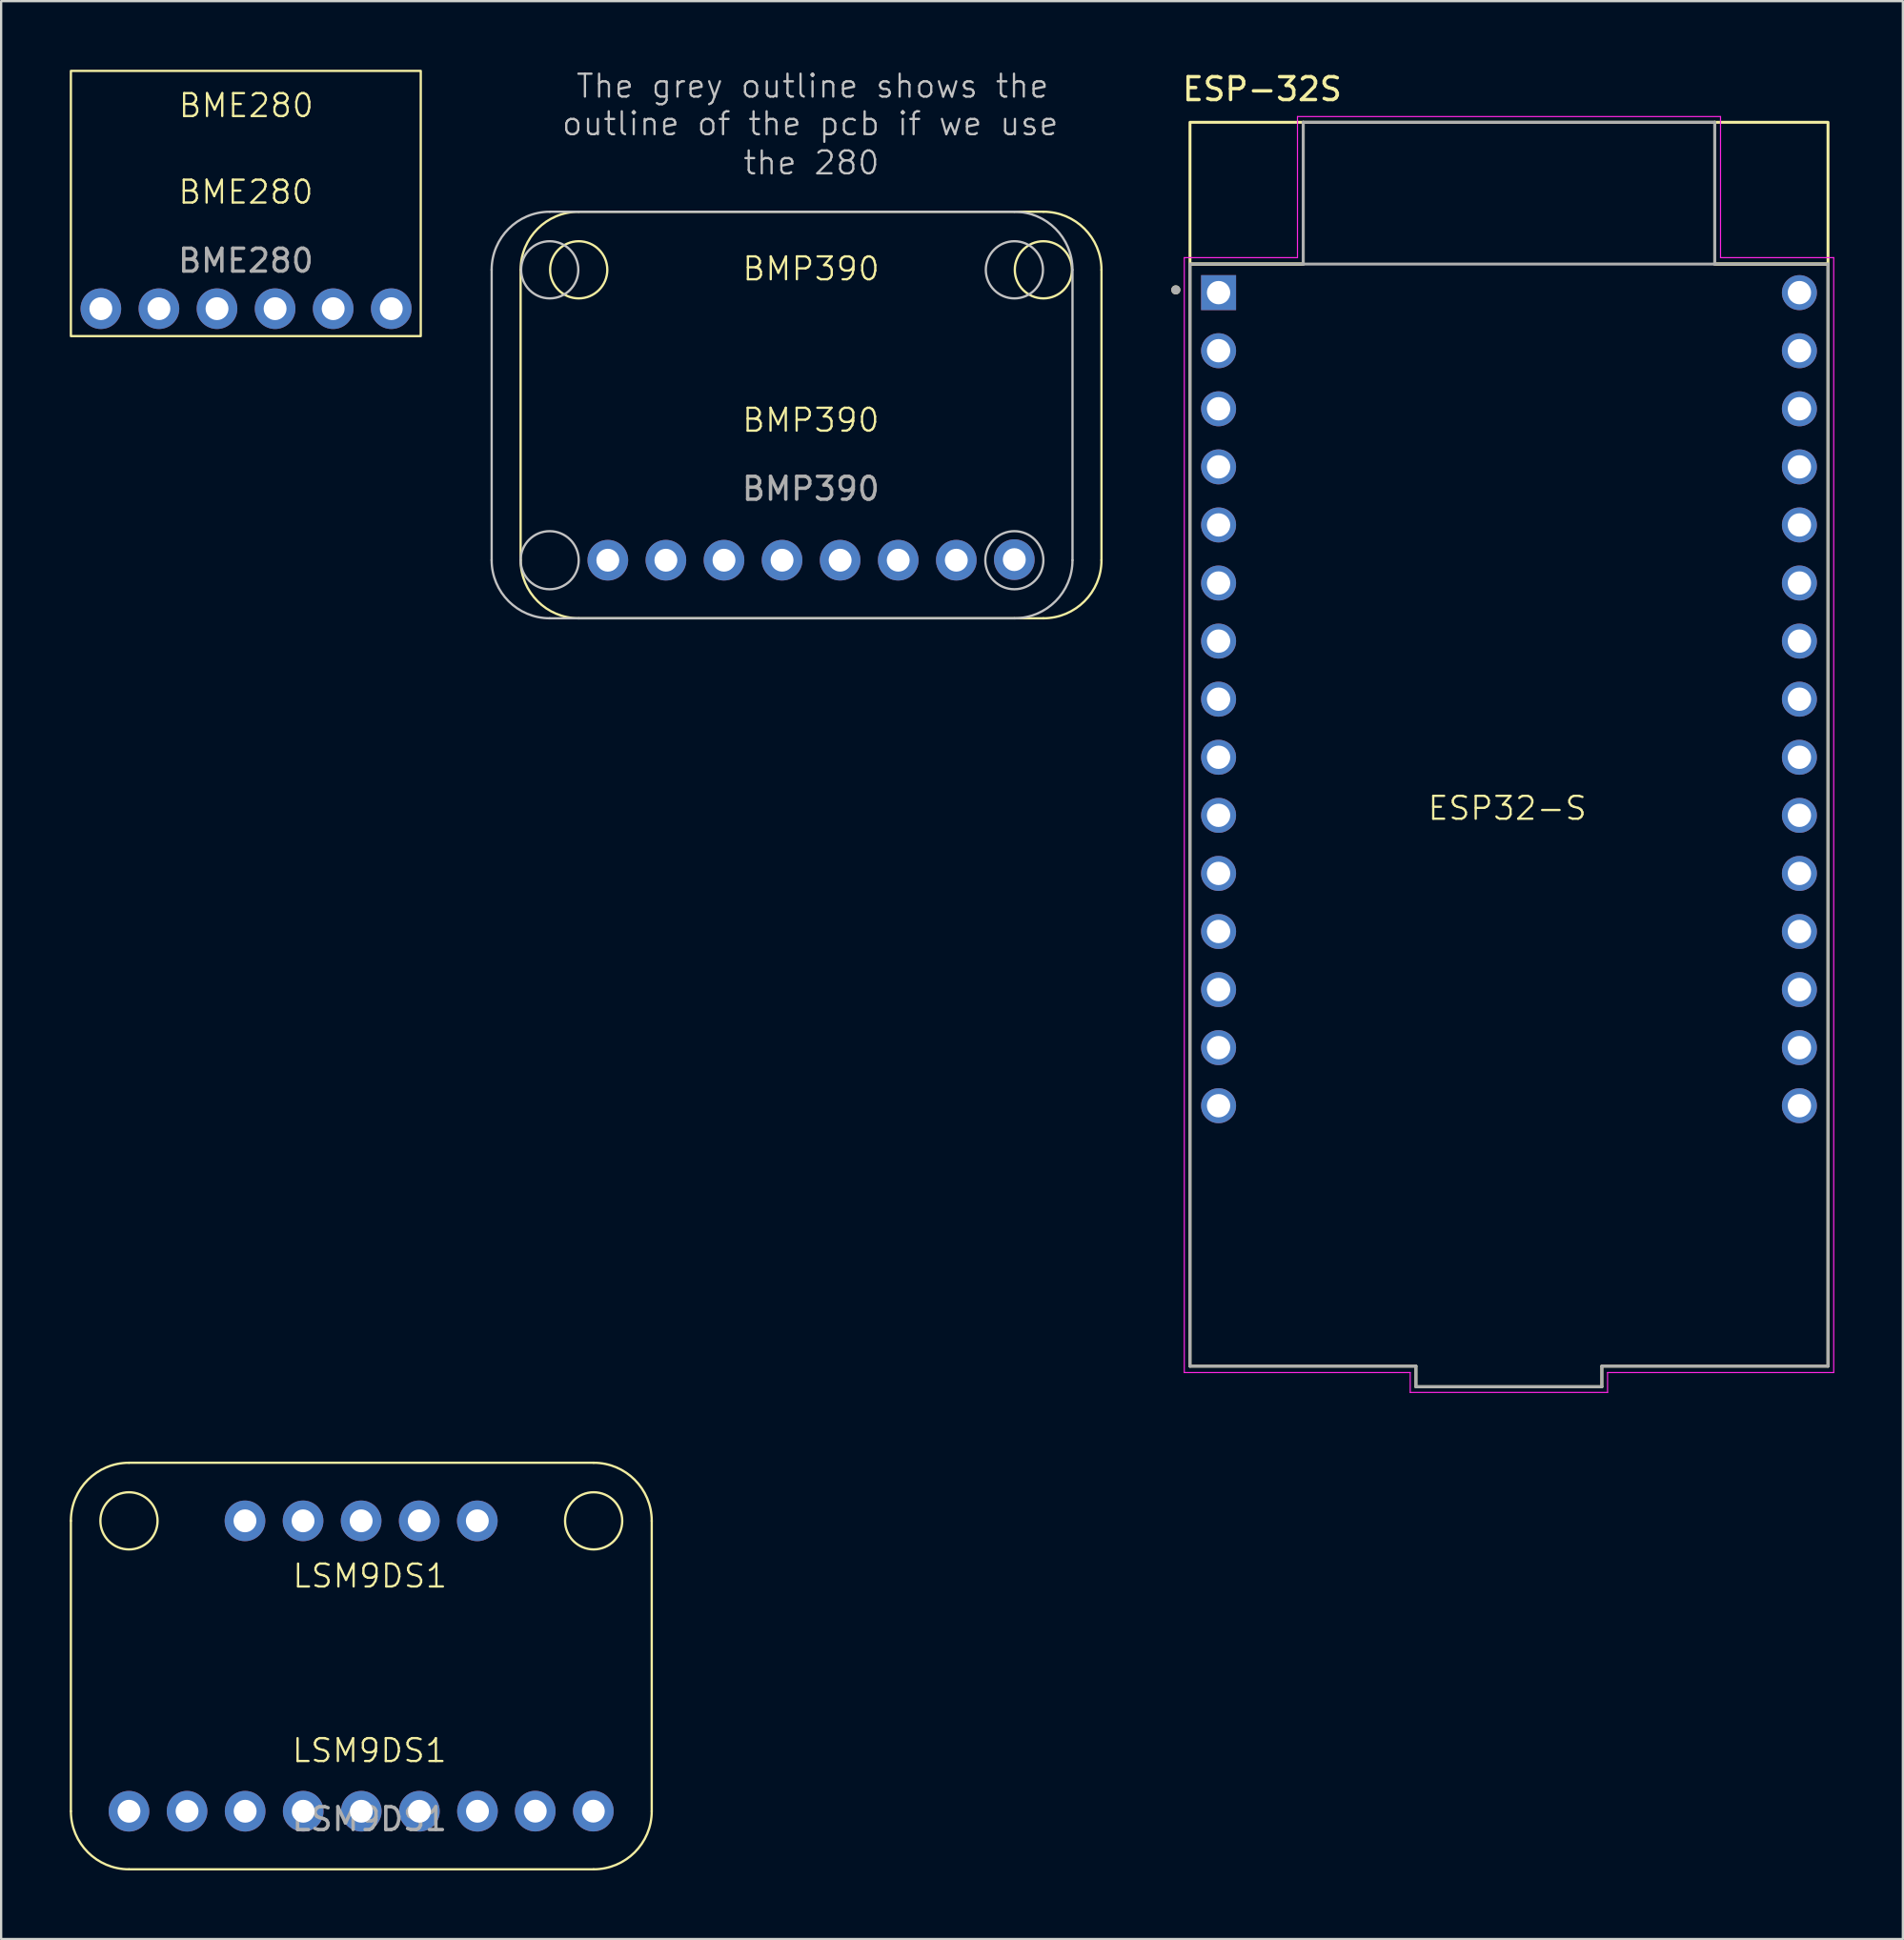
<source format=kicad_pcb>
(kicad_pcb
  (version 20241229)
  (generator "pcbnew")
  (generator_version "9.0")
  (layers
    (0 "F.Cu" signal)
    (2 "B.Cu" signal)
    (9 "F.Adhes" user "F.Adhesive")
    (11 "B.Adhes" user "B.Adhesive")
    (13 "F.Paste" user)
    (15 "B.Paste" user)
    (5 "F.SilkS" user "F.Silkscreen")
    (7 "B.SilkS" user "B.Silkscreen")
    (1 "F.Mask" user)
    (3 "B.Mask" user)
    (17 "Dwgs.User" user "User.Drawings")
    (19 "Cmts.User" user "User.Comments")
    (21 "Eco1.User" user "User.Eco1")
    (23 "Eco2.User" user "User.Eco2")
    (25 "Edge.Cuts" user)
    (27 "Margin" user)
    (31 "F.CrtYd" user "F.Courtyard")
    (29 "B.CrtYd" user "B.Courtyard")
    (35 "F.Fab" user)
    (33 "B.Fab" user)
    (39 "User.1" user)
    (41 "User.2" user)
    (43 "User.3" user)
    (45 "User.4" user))
  (footprint "ESP-32S"
    (layer "F.Cu")
    (at 62.938 32.598)
    (property "Reference" "ESP-32S" (at -10.795 -31.75 0) (layer "F.SilkS") (effects (font (size 1 1) (thickness 0.15))))
    (attr through_hole)
    (fp_line (start -13.95 -24.1) (end -13.95 24.1) (stroke (width 0.127) (type solid)) (layer "F.SilkS"))
    (fp_line (start -13.95 24.1) (end -4.07 24.1) (stroke (width 0.127) (type solid)) (layer "F.SilkS"))
    (fp_line (start -9 -30.3) (end 9 -30.3) (stroke (width 0.127) (type solid)) (layer "F.SilkS"))
    (fp_line (start -9 -24.1) (end -13.95 -24.1) (stroke (width 0.127) (type solid)) (layer "F.SilkS"))
    (fp_line (start -9 -24.1) (end -9 -30.3) (stroke (width 0.127) (type solid)) (layer "F.SilkS"))
    (fp_line (start -4.07 24.1) (end -4.07 25) (stroke (width 0.127) (type solid)) (layer "F.SilkS"))
    (fp_line (start -4.07 25) (end 4.06 25) (stroke (width 0.127) (type solid)) (layer "F.SilkS"))
    (fp_line (start 4.06 24.1) (end 13.95 24.1) (stroke (width 0.127) (type solid)) (layer "F.SilkS"))
    (fp_line (start 4.06 25) (end 4.06 24.1) (stroke (width 0.127) (type solid)) (layer "F.SilkS"))
    (fp_line (start 9 -30.3) (end 9 -24.1) (stroke (width 0.127) (type solid)) (layer "F.SilkS"))
    (fp_line (start 13.95 -24.1) (end 9 -24.1) (stroke (width 0.127) (type solid)) (layer "F.SilkS"))
    (fp_line (start 13.95 24.1) (end 13.95 -24.1) (stroke (width 0.127) (type solid)) (layer "F.SilkS"))
    (fp_rect (start -13.95 -30.3) (end -9 -24.1) (stroke (width 0.127) (type solid)) (fill no) (layer "F.SilkS"))
    (fp_rect (start 9 -30.3) (end 13.95 -24.1) (stroke (width 0.127) (type solid)) (fill no) (layer "F.SilkS"))
    (fp_circle (center -14.57 -22.97) (end -14.47 -22.97) (stroke (width 0.2) (type solid)) (fill no) (layer "F.SilkS"))
    (fp_line (start -14.2 -24.38) (end -14.2 24.38) (stroke (width 0.05) (type solid)) (layer "F.CrtYd"))
    (fp_line (start -14.2 24.38) (end -4.32 24.38) (stroke (width 0.05) (type solid)) (layer "F.CrtYd"))
    (fp_line (start -9.25 -30.55) (end 9.25 -30.55) (stroke (width 0.05) (type solid)) (layer "F.CrtYd"))
    (fp_line (start -9.25 -24.38) (end -14.2 -24.38) (stroke (width 0.05) (type solid)) (layer "F.CrtYd"))
    (fp_line (start -9.25 -24.38) (end -9.25 -30.55) (stroke (width 0.05) (type solid)) (layer "F.CrtYd"))
    (fp_line (start -4.32 24.38) (end -4.32 25.25) (stroke (width 0.05) (type solid)) (layer "F.CrtYd"))
    (fp_line (start -4.32 25.25) (end 4.31 25.25) (stroke (width 0.05) (type solid)) (layer "F.CrtYd"))
    (fp_line (start 4.31 24.38) (end 14.2 24.38) (stroke (width 0.05) (type solid)) (layer "F.CrtYd"))
    (fp_line (start 4.31 25.25) (end 4.31 24.38) (stroke (width 0.05) (type solid)) (layer "F.CrtYd"))
    (fp_line (start 9.25 -30.55) (end 9.25 -24.38) (stroke (width 0.05) (type solid)) (layer "F.CrtYd"))
    (fp_line (start 14.2 -24.38) (end 9.25 -24.38) (stroke (width 0.05) (type solid)) (layer "F.CrtYd"))
    (fp_line (start 14.2 24.38) (end 14.2 -24.38) (stroke (width 0.05) (type solid)) (layer "F.CrtYd"))
    (fp_line (start -13.95 -24.1) (end -13.95 24.1) (stroke (width 0.127) (type solid)) (layer "F.Fab"))
    (fp_line (start -13.95 24.1) (end -4.07 24.1) (stroke (width 0.127) (type solid)) (layer "F.Fab"))
    (fp_line (start -9 -30.3) (end 9 -30.3) (stroke (width 0.127) (type solid)) (layer "F.Fab"))
    (fp_line (start -9 -24.1) (end -13.95 -24.1) (stroke (width 0.127) (type solid)) (layer "F.Fab"))
    (fp_line (start -9 -24.1) (end -9 -30.3) (stroke (width 0.127) (type solid)) (layer "F.Fab"))
    (fp_line (start -4.07 24.1) (end -4.07 25) (stroke (width 0.127) (type solid)) (layer "F.Fab"))
    (fp_line (start -4.07 25) (end 4.06 25) (stroke (width 0.127) (type solid)) (layer "F.Fab"))
    (fp_line (start 4.06 24.1) (end 13.95 24.1) (stroke (width 0.127) (type solid)) (layer "F.Fab"))
    (fp_line (start 4.06 25) (end 4.06 24.1) (stroke (width 0.127) (type solid)) (layer "F.Fab"))
    (fp_line (start 9 -30.3) (end 9 -24.1) (stroke (width 0.127) (type solid)) (layer "F.Fab"))
    (fp_line (start 9 -24.1) (end -9 -24.1) (stroke (width 0.127) (type solid)) (layer "F.Fab"))
    (fp_line (start 13.95 -24.1) (end 9 -24.1) (stroke (width 0.127) (type solid)) (layer "F.Fab"))
    (fp_line (start 13.95 24.1) (end 13.95 -24.1) (stroke (width 0.127) (type solid)) (layer "F.Fab"))
    (fp_circle (center -14.57 -22.97) (end -14.47 -22.97) (stroke (width 0.2) (type solid)) (fill no) (layer "F.Fab"))
    (fp_text user "ESP32-S" (at -0.075 -0.3 0) (unlocked yes) (layer "F.SilkS") (effects (font (size 1 1) (thickness 0.1))))
    (pad "1" thru_hole rect (at -12.7 -22.85) (size 1.53 1.53) (drill 1.02) (layers "*.Cu"))
    (pad "2" thru_hole circle (at -12.7 -20.31) (size 1.53 1.53) (drill 1.02) (layers "*.Cu"))
    (pad "3" thru_hole circle (at -12.7 -17.77) (size 1.53 1.53) (drill 1.02) (layers "*.Cu"))
    (pad "4" thru_hole circle (at -12.7 -15.23) (size 1.53 1.53) (drill 1.02) (layers "*.Cu"))
    (pad "5" thru_hole circle (at -12.7 -12.69) (size 1.53 1.53) (drill 1.02) (layers "*.Cu"))
    (pad "6" thru_hole circle (at -12.7 -10.15) (size 1.53 1.53) (drill 1.02) (layers "*.Cu"))
    (pad "7" thru_hole circle (at -12.7 -7.61) (size 1.53 1.53) (drill 1.02) (layers "*.Cu"))
    (pad "8" thru_hole circle (at -12.7 -5.07) (size 1.53 1.53) (drill 1.02) (layers "*.Cu"))
    (pad "9" thru_hole circle (at -12.7 -2.53) (size 1.53 1.53) (drill 1.02) (layers "*.Cu"))
    (pad "10" thru_hole circle (at -12.7 0.01) (size 1.53 1.53) (drill 1.02) (layers "*.Cu"))
    (pad "11" thru_hole circle (at -12.7 2.55) (size 1.53 1.53) (drill 1.02) (layers "*.Cu"))
    (pad "12" thru_hole circle (at -12.7 5.09) (size 1.53 1.53) (drill 1.02) (layers "*.Cu"))
    (pad "13" thru_hole circle (at -12.7 7.63) (size 1.53 1.53) (drill 1.02) (layers "*.Cu"))
    (pad "14" thru_hole circle (at -12.7 10.17) (size 1.53 1.53) (drill 1.02) (layers "*.Cu"))
    (pad "15" thru_hole circle (at -12.7 12.71) (size 1.53 1.53) (drill 1.02) (layers "*.Cu"))
    (pad "16" thru_hole circle (at 12.7 12.71) (size 1.53 1.53) (drill 1.02) (layers "*.Cu"))
    (pad "17" thru_hole circle (at 12.7 10.17) (size 1.53 1.53) (drill 1.02) (layers "*.Cu"))
    (pad "18" thru_hole circle (at 12.7 7.63) (size 1.53 1.53) (drill 1.02) (layers "*.Cu"))
    (pad "19" thru_hole circle (at 12.7 5.09) (size 1.53 1.53) (drill 1.02) (layers "*.Cu"))
    (pad "20" thru_hole circle (at 12.7 2.55) (size 1.53 1.53) (drill 1.02) (layers "*.Cu"))
    (pad "21" thru_hole circle (at 12.7 0.01) (size 1.53 1.53) (drill 1.02) (layers "*.Cu"))
    (pad "22" thru_hole circle (at 12.7 -2.53) (size 1.53 1.53) (drill 1.02) (layers "*.Cu"))
    (pad "23" thru_hole circle (at 12.7 -5.07) (size 1.53 1.53) (drill 1.02) (layers "*.Cu"))
    (pad "24" thru_hole circle (at 12.7 -7.61) (size 1.53 1.53) (drill 1.02) (layers "*.Cu"))
    (pad "25" thru_hole circle (at 12.7 -10.15) (size 1.53 1.53) (drill 1.02) (layers "*.Cu"))
    (pad "26" thru_hole circle (at 12.7 -12.69) (size 1.53 1.53) (drill 1.02) (layers "*.Cu"))
    (pad "27" thru_hole circle (at 12.7 -15.23) (size 1.53 1.53) (drill 1.02) (layers "*.Cu"))
    (pad "28" thru_hole circle (at 12.7 -17.77) (size 1.53 1.53) (drill 1.02) (layers "*.Cu"))
    (pad "29" thru_hole circle (at 12.7 -20.31) (size 1.53 1.53) (drill 1.02) (layers "*.Cu"))
    (pad "30" thru_hole circle (at 12.7 -22.85) (size 1.53 1.53) (drill 1.02) (layers "*.Cu")))
  (footprint "BME280"
    (layer "F.Cu")
    (at 7.7 5.85)
    (property "Reference" "BME280" (at 0 -0.5 0) (unlocked yes) (layer "F.SilkS") (effects (font (size 1 1) (thickness 0.1))))
    (attr smd)
    (fp_rect (start -7.65 -5.8) (end 7.65 5.8) (stroke (width 0.1) (type solid)) (fill no) (layer "F.SilkS"))
    (fp_text user "BME280" (at -3.002 -3.7 0) (unlocked yes) (layer "F.SilkS") (effects (font (size 1 1) (thickness 0.1)) (justify left bottom)))
    (fp_text user "${REFERENCE}" (at 0 2.5 0) (unlocked yes) (layer "F.Fab") (effects (font (size 1 1) (thickness 0.15))))
    (pad "1" thru_hole circle (at -6.34 4.6) (size 1.778 1.778) (drill 1) (layers "*.Cu" "*.Mask"))
    (pad "2" thru_hole circle (at -3.8 4.6) (size 1.778 1.778) (drill 1) (layers "*.Cu" "*.Mask"))
    (pad "3" thru_hole circle (at -1.26 4.6) (size 1.778 1.778) (drill 1) (layers "*.Cu" "*.Mask"))
    (pad "4" thru_hole circle (at 1.28 4.6) (size 1.778 1.778) (drill 1) (layers "*.Cu" "*.Mask"))
    (pad "5" thru_hole circle (at 3.82 4.6) (size 1.778 1.778) (drill 1) (layers "*.Cu" "*.Mask"))
    (pad "6" thru_hole circle (at 6.36 4.6) (size 1.778 1.778) (drill 1) (layers "*.Cu" "*.Mask")))
  (footprint "BMP390"
    (layer "F.Cu")
    (at 32.407 15.825)
    (property "Reference" "BMP390" (at 0 -0.5 0) (unlocked yes) (layer "F.SilkS") (effects (font (size 1 1) (thickness 0.1))))
    (attr smd)
    (fp_line (start -12.69 -7.075) (end -12.69 5.625) (stroke (width 0.1) (type solid)) (layer "F.SilkS"))
    (fp_line (start 10.17 -9.615) (end -10.15 -9.615) (stroke (width 0.1) (type solid)) (layer "F.SilkS"))
    (fp_line (start 10.17 8.165) (end -10.15 8.165) (stroke (width 0.1) (type solid)) (layer "F.SilkS"))
    (fp_line (start 12.71 5.625) (end 12.71 -7.075) (stroke (width 0.1) (type solid)) (layer "F.SilkS"))
    (fp_arc (start -12.69 -7.075) (mid -11.946051 -8.871051) (end -10.15 -9.615) (stroke (width 0.1) (type default)) (layer "F.SilkS"))
    (fp_arc (start -10.15 8.165) (mid -11.946051 7.421051) (end -12.69 5.625) (stroke (width 0.1) (type default)) (layer "F.SilkS"))
    (fp_arc (start 10.17 -9.615) (mid 11.966051 -8.871051) (end 12.71 -7.075) (stroke (width 0.1) (type solid)) (layer "F.SilkS"))
    (fp_arc (start 12.71 5.625) (mid 11.966051 7.421051) (end 10.17 8.165) (stroke (width 0.1) (type solid)) (layer "F.SilkS"))
    (fp_circle (center -10.15 -7.075) (end -8.9 -7.075) (stroke (width 0.1) (type solid)) (fill no) (layer "F.SilkS"))
    (fp_circle (center 10.17 -7.075) (end 11.42 -7.075) (stroke (width 0.1) (type solid)) (fill no) (layer "F.SilkS"))
    (fp_line (start -13.957 -7.075) (end -13.957 5.625) (stroke (width 0.1) (type solid)) (layer "Dwgs.User"))
    (fp_line (start 8.902 -9.615) (end -11.418 -9.615) (stroke (width 0.1) (type solid)) (layer "Dwgs.User"))
    (fp_line (start 8.902 8.165) (end -11.418 8.165) (stroke (width 0.1) (type solid)) (layer "Dwgs.User"))
    (fp_line (start 11.443 5.625) (end 11.443 -7.075) (stroke (width 0.1) (type solid)) (layer "Dwgs.User"))
    (fp_arc (start -13.9575 -7.075) (mid -13.213551 -8.871051) (end -11.4175 -9.615) (stroke (width 0.1) (type solid)) (layer "Dwgs.User"))
    (fp_arc (start -11.4175 8.165) (mid -13.213551 7.421051) (end -13.9575 5.625) (stroke (width 0.1) (type solid)) (layer "Dwgs.User"))
    (fp_arc (start 8.9025 -9.615) (mid 10.698551 -8.871051) (end 11.4425 -7.075) (stroke (width 0.1) (type solid)) (layer "Dwgs.User"))
    (fp_arc (start 11.4425 5.625) (mid 10.698551 7.421051) (end 8.9025 8.165) (stroke (width 0.1) (type solid)) (layer "Dwgs.User"))
    (fp_circle (center -11.42 5.625) (end -10.15 5.625) (stroke (width 0.1) (type solid)) (fill no) (layer "Dwgs.User"))
    (fp_circle (center -11.418 -7.075) (end -10.168 -7.075) (stroke (width 0.1) (type solid)) (fill no) (layer "Dwgs.User"))
    (fp_circle (center 8.9 5.625) (end 10.17 5.625) (stroke (width 0.1) (type solid)) (fill no) (layer "Dwgs.User"))
    (fp_circle (center 8.902 -7.075) (end 10.152 -7.075) (stroke (width 0.1) (type solid)) (fill no) (layer "Dwgs.User"))
    (fp_text user "BMP390" (at 0.01 -6.535 0) (unlocked yes) (layer "F.SilkS") (effects (font (size 1 1) (thickness 0.1)) (justify bottom)))
    (fp_text user "The grey outline shows the" (at 0.075 -14.525 0) (unlocked yes) (layer "Dwgs.User") (effects (font (size 1 1) (thickness 0.1)) (justify bottom)))
    (fp_text user "outline of the pcb if we use" (at -0.028 -12.88 0) (unlocked yes) (layer "Dwgs.User") (effects (font (size 1 1) (thickness 0.1)) (justify bottom)))
    (fp_text user "the 280" (at 0.022 -11.168 0) (unlocked yes) (layer "Dwgs.User") (effects (font (size 1 1) (thickness 0.1)) (justify bottom)))
    (fp_text user "${REFERENCE}" (at 0 2.5 0) (unlocked yes) (layer "F.Fab") (effects (font (size 1 1) (thickness 0.15))))
    (pad "1" thru_hole circle (at -8.877 5.625) (size 1.778 1.778) (drill 1) (layers "*.Cu" "*.Mask"))
    (pad "2" thru_hole circle (at -6.338 5.625) (size 1.778 1.778) (drill 1) (layers "*.Cu" "*.Mask"))
    (pad "3" thru_hole circle (at -3.797 5.625) (size 1.778 1.778) (drill 1) (layers "*.Cu" "*.Mask"))
    (pad "4" thru_hole circle (at -1.258 5.625) (size 1.778 1.778) (drill 1) (layers "*.Cu" "*.Mask"))
    (pad "5" thru_hole circle (at 1.282 5.625) (size 1.778 1.778) (drill 1) (layers "*.Cu" "*.Mask"))
    (pad "6" thru_hole circle (at 3.822 5.625) (size 1.778 1.778) (drill 1) (layers "*.Cu" "*.Mask"))
    (pad "7" thru_hole circle (at 6.362 5.625) (size 1.778 1.778) (drill 1) (layers "*.Cu" "*.Mask"))
    (pad "8" thru_hole circle (at 8.898 5.6) (size 1.778 1.778) (drill 1) (layers "*.Cu" "*.Mask")))
  (footprint "LSM9DS1"
    (layer "F.Cu")
    (at 13.106 74.009)
    (property "Reference" "LSM9DS1" (at 0 -0.5 0) (unlocked yes) (layer "F.SilkS") (effects (font (size 1 1) (thickness 0.1))))
    (attr smd)
    (fp_line (start -13.056 -10.546) (end -13.056 2.154) (stroke (width 0.1) (type solid)) (layer "F.SilkS"))
    (fp_line (start 9.804 -13.086) (end -10.516 -13.086) (stroke (width 0.1) (type solid)) (layer "F.SilkS"))
    (fp_line (start 9.804 4.694) (end -10.516 4.694) (stroke (width 0.1) (type solid)) (layer "F.SilkS"))
    (fp_line (start 12.344 2.154) (end 12.344 -10.546) (stroke (width 0.1) (type solid)) (layer "F.SilkS"))
    (fp_arc (start -13.056051 -10.546051) (mid -12.312102 -12.342102) (end -10.516051 -13.086051) (stroke (width 0.1) (type default)) (layer "F.SilkS"))
    (fp_arc (start -10.516051 4.693949) (mid -12.312102 3.95) (end -13.056051 2.153949) (stroke (width 0.1) (type default)) (layer "F.SilkS"))
    (fp_arc (start 9.803949 -13.086051) (mid 11.600001 -12.342103) (end 12.343949 -10.546051) (stroke (width 0.1) (type solid)) (layer "F.SilkS"))
    (fp_arc (start 12.343949 2.153949) (mid 11.600001 3.950001) (end 9.803949 4.693949) (stroke (width 0.1) (type solid)) (layer "F.SilkS"))
    (fp_circle (center -10.516 -10.546) (end -9.266 -10.546) (stroke (width 0.1) (type solid)) (fill no) (layer "F.SilkS"))
    (fp_circle (center 9.804 -10.546) (end 11.054 -10.546) (stroke (width 0.1) (type solid)) (fill no) (layer "F.SilkS"))
    (fp_text user "LSM9DS1" (at -3.425 -7.55 0) (unlocked yes) (layer "F.SilkS") (effects (font (size 1 1) (thickness 0.1)) (justify left bottom)))
    (fp_text user "${REFERENCE}" (at 0 2.5 0) (unlocked yes) (layer "F.Fab") (effects (font (size 1 1) (thickness 0.15))))
    (pad "1" thru_hole circle (at -10.516 2.154) (size 1.778 1.778) (drill 1) (layers "*.Cu" "*.Mask"))
    (pad "2" thru_hole circle (at -7.976 2.154) (size 1.778 1.778) (drill 1) (layers "*.Cu" "*.Mask"))
    (pad "3" thru_hole circle (at -5.436 2.154) (size 1.778 1.778) (drill 1) (layers "*.Cu" "*.Mask"))
    (pad "4" thru_hole circle (at -2.896 2.154) (size 1.778 1.778) (drill 1) (layers "*.Cu" "*.Mask"))
    (pad "5" thru_hole circle (at -0.356 2.154) (size 1.778 1.778) (drill 1) (layers "*.Cu" "*.Mask"))
    (pad "6" thru_hole circle (at 2.184 2.154) (size 1.778 1.778) (drill 1) (layers "*.Cu" "*.Mask"))
    (pad "7" thru_hole circle (at 4.724 2.154) (size 1.778 1.778) (drill 1) (layers "*.Cu" "*.Mask"))
    (pad "8" thru_hole circle (at 7.25 2.15) (size 1.778 1.778) (drill 1) (layers "*.Cu" "*.Mask"))
    (pad "9" thru_hole circle (at 9.79 2.15) (size 1.778 1.778) (drill 1) (layers "*.Cu" "*.Mask"))
    (pad "10" thru_hole circle (at -5.443 -10.546) (size 1.778 1.778) (drill 1) (layers "*.Cu" "*.Mask"))
    (pad "11" thru_hole circle (at -2.903 -10.546) (size 1.778 1.778) (drill 1) (layers "*.Cu" "*.Mask"))
    (pad "12" thru_hole circle (at -0.363 -10.546) (size 1.778 1.778) (drill 1) (layers "*.Cu" "*.Mask"))
    (pad "13" thru_hole circle (at 2.177 -10.546) (size 1.778 1.778) (drill 1) (layers "*.Cu" "*.Mask"))
    (pad "14" thru_hole circle (at 4.717 -10.546) (size 1.778 1.778) (drill 1) (layers "*.Cu" "*.Mask")))
  (gr_rect
    (start -3 -3)
    (end 80.162 81.753)
    (stroke (width 0.1) (type default))
    (fill no)
    (layer "Edge.Cuts")))
</source>
